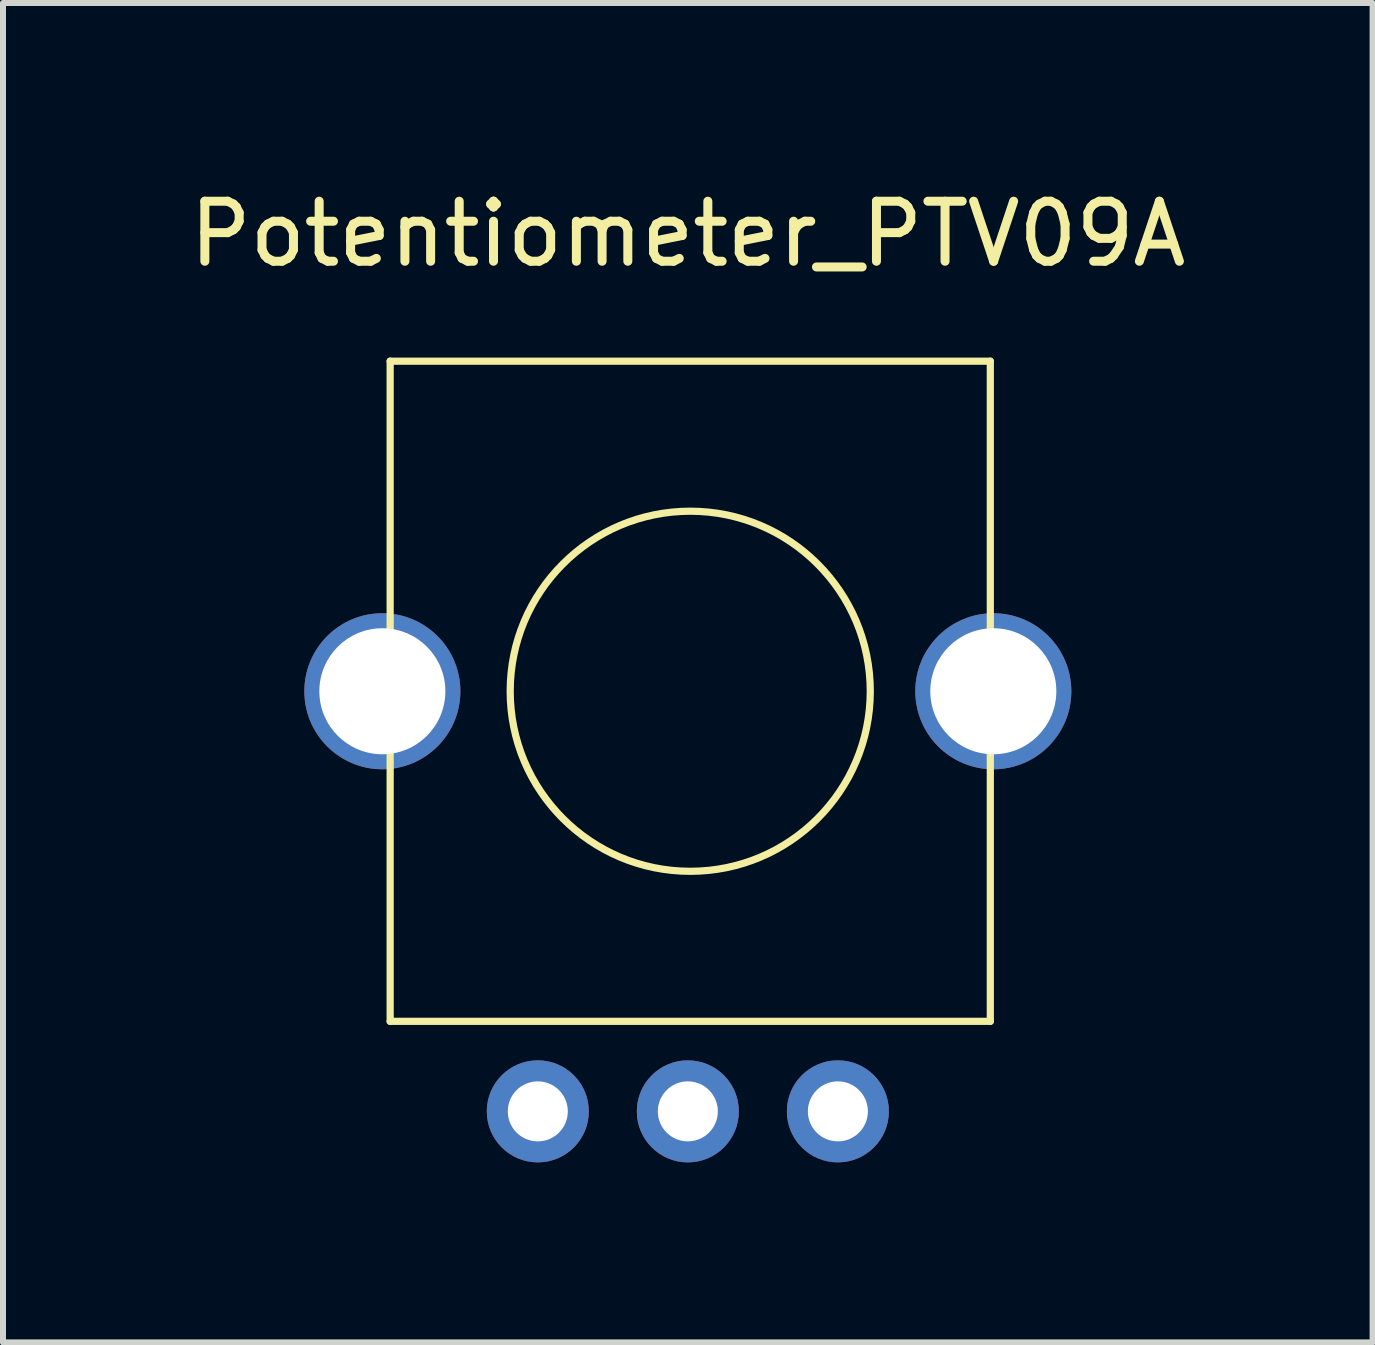
<source format=kicad_pcb>
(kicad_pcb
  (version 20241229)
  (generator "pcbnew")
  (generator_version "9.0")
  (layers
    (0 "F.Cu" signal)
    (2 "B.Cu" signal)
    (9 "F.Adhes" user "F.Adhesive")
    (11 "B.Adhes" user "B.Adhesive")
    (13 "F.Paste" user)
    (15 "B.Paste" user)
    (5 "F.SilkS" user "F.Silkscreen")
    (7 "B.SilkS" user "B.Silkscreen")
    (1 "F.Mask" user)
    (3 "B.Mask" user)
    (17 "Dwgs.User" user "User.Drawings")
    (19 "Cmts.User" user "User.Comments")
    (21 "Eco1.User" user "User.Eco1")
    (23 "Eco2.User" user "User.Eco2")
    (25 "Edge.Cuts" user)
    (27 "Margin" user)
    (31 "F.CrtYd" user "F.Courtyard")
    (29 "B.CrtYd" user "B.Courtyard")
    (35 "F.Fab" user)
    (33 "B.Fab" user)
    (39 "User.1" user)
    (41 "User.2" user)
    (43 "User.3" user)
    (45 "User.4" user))
  (footprint "Potentiometer_PTV09A"
    (layer "F.Cu")
    (at 8.411 8.468)
    (property "Reference" "Potentiometer_PTV09A" (at 0 -7.62 0) (layer "F.SilkS") (effects (font (size 1 1) (thickness 0.15))))
    (attr through_hole)
    (fp_line (start -4.96 -5.5) (end -4.96 5.5) (stroke (width 0.12) (type solid)) (layer "F.SilkS"))
    (fp_line (start -4.96 5.5) (end 5.04 5.5) (stroke (width 0.12) (type solid)) (layer "F.SilkS"))
    (fp_line (start 5.04 -5.5) (end -4.96 -5.5) (stroke (width 0.12) (type solid)) (layer "F.SilkS"))
    (fp_line (start 5.04 -5.5) (end 5.04 5.5) (stroke (width 0.12) (type solid)) (layer "F.SilkS"))
    (fp_circle (center 0.04 0) (end 3.04 0) (stroke (width 0.12) (type solid)) (fill no) (layer "F.SilkS"))
    (pad "" thru_hole circle (at -5.09 0) (size 2.6 2.6) (drill 2.1) (layers "*.Cu" "*.Mask"))
    (pad "" thru_hole circle (at 5.09 0) (size 2.6 2.6) (drill 2.1) (layers "*.Cu" "*.Mask"))
    (pad "1" thru_hole circle (at -2.5 7) (size 1.7 1.7) (drill 1) (layers "*.Cu" "*.Mask"))
    (pad "2" thru_hole circle (at 0 7) (size 1.7 1.7) (drill 1) (layers "*.Cu" "*.Mask"))
    (pad "3" thru_hole circle (at 2.5 7) (size 1.7 1.7) (drill 1) (layers "*.Cu" "*.Mask")))
  (gr_rect
    (start -3 -3)
    (end 19.821 19.318)
    (stroke (width 0.1) (type default))
    (fill no)
    (layer "Edge.Cuts")))
</source>
